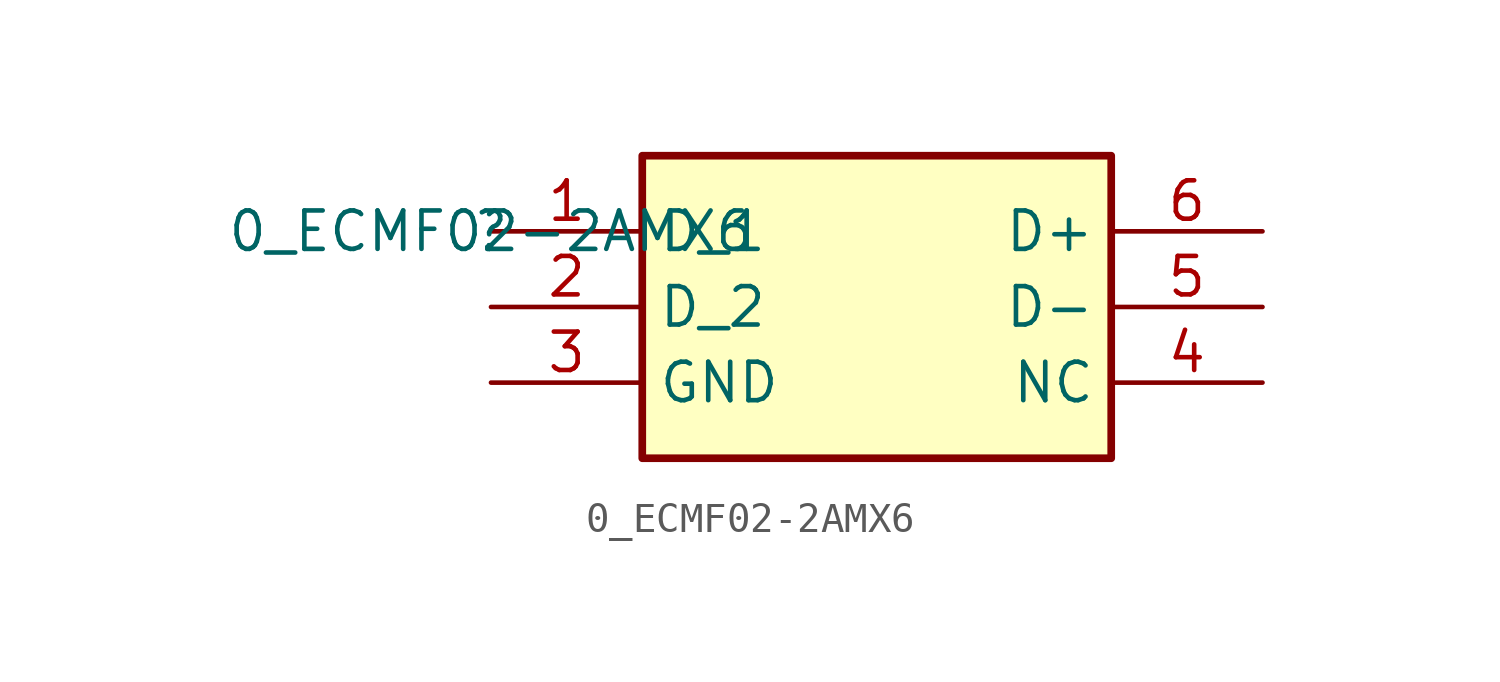
<source format=kicad_sym>
(kicad_symbol_lib
  (version 20210619)
  (generator kicad_symbol_editor)
  (symbol "e-verest-altium-import:0_ECMF02-2AMX6"
    (property "Reference" ""
      (at 0 0 0)
      (effects (font (size 1.27 1.27))))
    (property "Value" "0_ECMF02-2AMX6"
      (at 0 0 0)
      (effects (font (size 1.27 1.27))))
    (symbol "0_ECMF02-2AMX6_1_0"
      (rectangle (start 20.5 2.5) (end 5 -7.5) (stroke (width 0.254)) (fill (type background)))
      (pin passive line (at 25.5 -5 180) (length 5) (name "NC" (effects (font (size 1.27 1.27)))) (number "4" (effects (font (size 1.27 1.27)))))
      (pin passive line (at 0 0 0) (length 5) (name "D_1" (effects (font (size 1.27 1.27)))) (number "1" (effects (font (size 1.27 1.27)))))
      (pin passive line (at 0 -2.5 0) (length 5) (name "D_2" (effects (font (size 1.27 1.27)))) (number "2" (effects (font (size 1.27 1.27)))))
      (pin passive line (at 0 -5 0) (length 5) (name "GND" (effects (font (size 1.27 1.27)))) (number "3" (effects (font (size 1.27 1.27)))))
      (pin passive line (at 25.5 -2.5 180) (length 5) (name "D-" (effects (font (size 1.27 1.27)))) (number "5" (effects (font (size 1.27 1.27)))))
      (pin passive line (at 25.5 0 180) (length 5) (name "D+" (effects (font (size 1.27 1.27)))) (number "6" (effects (font (size 1.27 1.27))))))))
</source>
